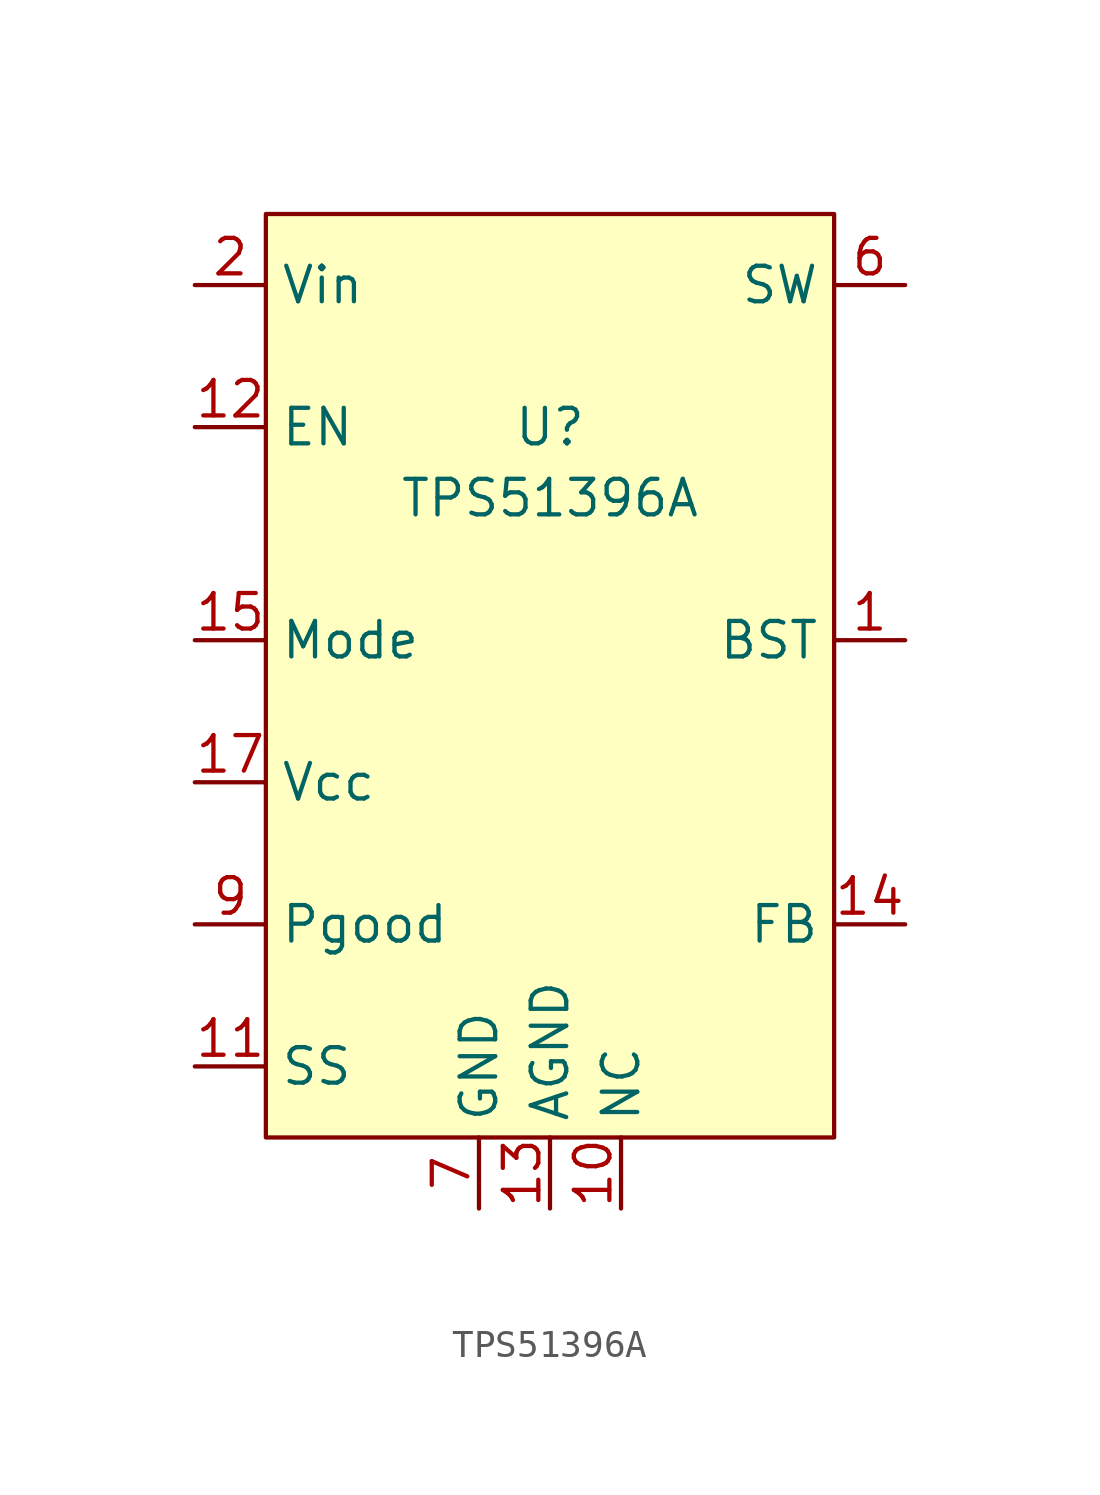
<source format=kicad_sym>
(kicad_symbol_lib
  (version 20210619)
  (generator kicad_symbol_editor)
  (symbol "custom_symbols:TPS51396A"
    (property "Reference" "U"
      (at 0 7.62 0)
      (effects (font (size 1.27 1.27))))
    (property "Value" "TPS51396A"
      (at 0 5.08 0)
      (effects (font (size 1.27 1.27))))
    (symbol "TPS51396A_0_0"
      (pin input line (at 12.7 0 180) (length 2.54) (name "BST" (effects (font (size 1.27 1.27)))) (number "1" (effects (font (size 1.27 1.27)))))
      (pin unspecified line (at 2.54 -20.32 90) (length 2.54) (name "NC" (effects (font (size 1.27 1.27)))) (number "10" (effects (font (size 1.27 1.27)))))
      (pin input line (at -12.7 -15.24 0) (length 2.54) (name "SS" (effects (font (size 1.27 1.27)))) (number "11" (effects (font (size 1.27 1.27)))))
      (pin input line (at -12.7 7.62 0) (length 2.54) (name "EN" (effects (font (size 1.27 1.27)))) (number "12" (effects (font (size 1.27 1.27)))))
      (pin power_in line (at 0 -20.32 90) (length 2.54) (name "AGND" (effects (font (size 1.27 1.27)))) (number "13" (effects (font (size 1.27 1.27)))))
      (pin input line (at 12.7 -10.16 180) (length 2.54) (name "FB" (effects (font (size 1.27 1.27)))) (number "14" (effects (font (size 1.27 1.27)))))
      (pin input line (at -12.7 0 0) (length 2.54) (name "Mode" (effects (font (size 1.27 1.27)))) (number "15" (effects (font (size 1.27 1.27)))))
      (pin unspecified line (at 2.54 -20.32 90) (length 2.54) hide (name "NC" (effects (font (size 1.27 1.27)))) (number "16" (effects (font (size 1.27 1.27)))))
      (pin power_out line (at -12.7 -5.08 0) (length 2.54) (name "Vcc" (effects (font (size 1.27 1.27)))) (number "17" (effects (font (size 1.27 1.27)))))
      (pin power_in line (at -2.54 -20.32 90) (length 2.54) hide (name "GND" (effects (font (size 1.27 1.27)))) (number "18" (effects (font (size 1.27 1.27)))))
      (pin power_out line (at 12.7 12.7 180) (length 2.54) hide (name "SW" (effects (font (size 1.27 1.27)))) (number "19" (effects (font (size 1.27 1.27)))))
      (pin power_in line (at -12.7 12.7 0) (length 2.54) (name "Vin" (effects (font (size 1.27 1.27)))) (number "2" (effects (font (size 1.27 1.27)))))
      (pin power_out line (at 12.7 12.7 180) (length 2.54) hide (name "SW" (effects (font (size 1.27 1.27)))) (number "20" (effects (font (size 1.27 1.27)))))
      (pin power_in line (at -2.54 -20.32 90) (length 2.54) hide (name "GND" (effects (font (size 1.27 1.27)))) (number "21" (effects (font (size 1.27 1.27)))))
      (pin power_in line (at -12.7 12.7 0) (length 2.54) hide (name "Vin" (effects (font (size 1.27 1.27)))) (number "3" (effects (font (size 1.27 1.27)))))
      (pin power_in line (at -12.7 12.7 0) (length 2.54) hide (name "Vin" (effects (font (size 1.27 1.27)))) (number "4" (effects (font (size 1.27 1.27)))))
      (pin power_in line (at -12.7 12.7 0) (length 2.54) hide (name "Vin" (effects (font (size 1.27 1.27)))) (number "5" (effects (font (size 1.27 1.27)))))
      (pin power_out line (at 12.7 12.7 180) (length 2.54) (name "SW" (effects (font (size 1.27 1.27)))) (number "6" (effects (font (size 1.27 1.27)))))
      (pin power_in line (at -2.54 -20.32 90) (length 2.54) (name "GND" (effects (font (size 1.27 1.27)))) (number "7" (effects (font (size 1.27 1.27)))))
      (pin power_in line (at -2.54 -20.32 90) (length 2.54) hide (name "GND" (effects (font (size 1.27 1.27)))) (number "8" (effects (font (size 1.27 1.27)))))
      (pin open_collector line (at -12.7 -10.16 0) (length 2.54) (name "Pgood" (effects (font (size 1.27 1.27)))) (number "9" (effects (font (size 1.27 1.27))))))
    (symbol "TPS51396A_0_1"
      (rectangle (start -10.16 15.24) (end 10.16 -17.78) (stroke (width 0.152)) (fill (type background))))))
</source>
